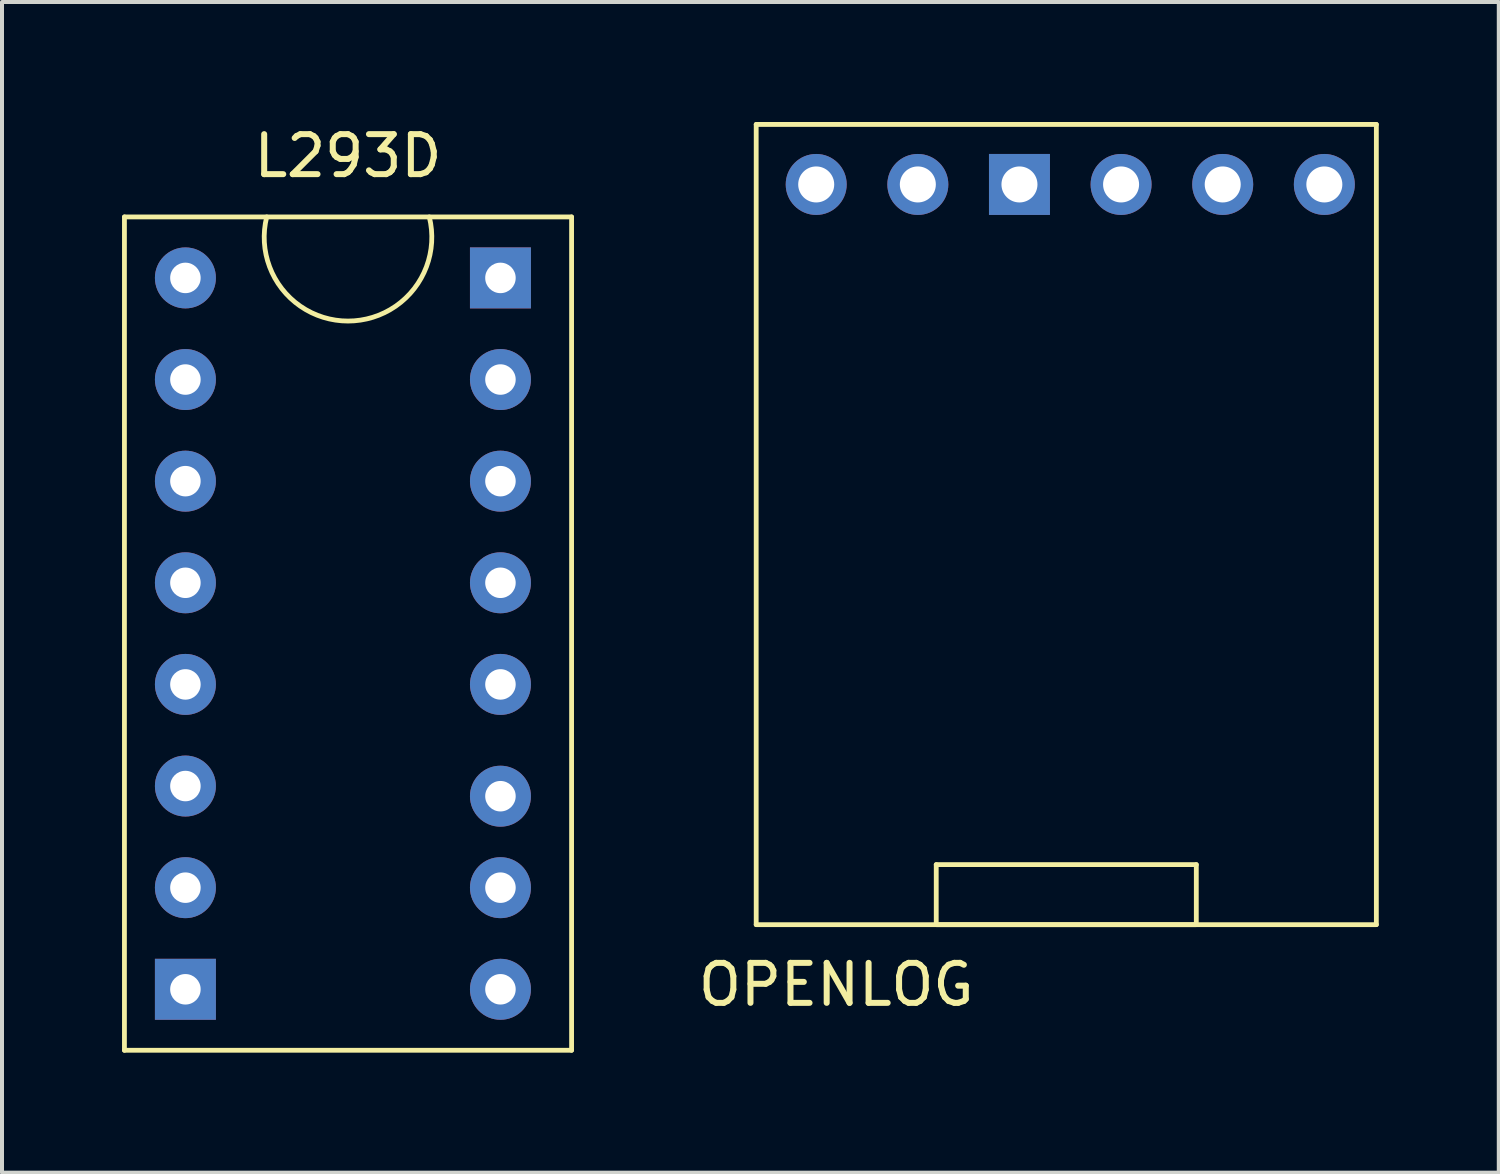
<source format=kicad_pcb>
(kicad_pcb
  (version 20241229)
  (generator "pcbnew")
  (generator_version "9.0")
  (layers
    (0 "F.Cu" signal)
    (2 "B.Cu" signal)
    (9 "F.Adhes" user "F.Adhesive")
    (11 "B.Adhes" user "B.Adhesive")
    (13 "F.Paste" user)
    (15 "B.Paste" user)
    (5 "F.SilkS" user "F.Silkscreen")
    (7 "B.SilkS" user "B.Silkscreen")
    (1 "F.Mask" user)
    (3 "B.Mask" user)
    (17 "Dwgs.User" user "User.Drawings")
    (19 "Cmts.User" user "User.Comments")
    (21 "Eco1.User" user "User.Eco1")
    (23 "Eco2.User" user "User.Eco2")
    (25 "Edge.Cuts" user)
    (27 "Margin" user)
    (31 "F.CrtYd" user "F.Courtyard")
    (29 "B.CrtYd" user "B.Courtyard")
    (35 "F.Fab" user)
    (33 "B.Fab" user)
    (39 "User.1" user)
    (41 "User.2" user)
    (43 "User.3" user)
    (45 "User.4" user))
  (footprint "OPENLOG"
    (layer "F.Cu")
    (at 17.35 1.56)
    (property "Reference" "OPENLOG" (at 0.5 20 0) (layer "F.SilkS") (effects (font (size 1 1) (thickness 0.15))))
    (attr through_hole)
    (fp_line (start -1.5 -1.5) (end 14 -1.5) (stroke (width 0.12) (type solid)) (layer "F.SilkS"))
    (fp_line (start -1.5 18.5) (end -1.5 -1.5) (stroke (width 0.12) (type solid)) (layer "F.SilkS"))
    (fp_line (start 3 17) (end 9.5 17) (stroke (width 0.12) (type solid)) (layer "F.SilkS"))
    (fp_line (start 3 18.5) (end 3 17) (stroke (width 0.12) (type solid)) (layer "F.SilkS"))
    (fp_line (start 9.5 17) (end 9.5 18.5) (stroke (width 0.12) (type solid)) (layer "F.SilkS"))
    (fp_line (start 9.5 18.5) (end 3 18.5) (stroke (width 0.12) (type solid)) (layer "F.SilkS"))
    (fp_line (start 14 -1.5) (end 14 18.5) (stroke (width 0.12) (type solid)) (layer "F.SilkS"))
    (fp_line (start 14 18.5) (end -1.5 18.5) (stroke (width 0.12) (type solid)) (layer "F.SilkS"))
    (pad "1" thru_hole circle (at 0 0) (size 1.524 1.524) (drill 0.9) (layers "*.Cu" "*.Mask"))
    (pad "2" thru_hole circle (at 2.54 0) (size 1.524 1.524) (drill 0.9) (layers "*.Cu" "*.Mask"))
    (pad "3" thru_hole rect (at 5.08 0) (size 1.524 1.524) (drill 0.9) (layers "*.Cu" "*.Mask"))
    (pad "4" thru_hole circle (at 7.62 0) (size 1.524 1.524) (drill 0.9) (layers "*.Cu" "*.Mask"))
    (pad "5" thru_hole circle (at 10.16 0) (size 1.524 1.524) (drill 0.9) (layers "*.Cu" "*.Mask"))
    (pad "6" thru_hole circle (at 12.7 0) (size 1.524 1.524) (drill 0.9) (layers "*.Cu" "*.Mask")))
  (footprint "L293D"
    (layer "F.Cu")
    (at 5.648 15.58)
    (property "Reference" "L293D" (at 0 -14.732 0) (layer "F.SilkS") (effects (font (size 1 1) (thickness 0.15))))
    (attr through_hole)
    (fp_line (start -5.588 -13.208) (end 5.588 -13.208) (stroke (width 0.12) (type solid)) (layer "F.SilkS"))
    (fp_line (start -5.588 7.62) (end -5.588 -13.208) (stroke (width 0.12) (type solid)) (layer "F.SilkS"))
    (fp_line (start 5.588 -13.208) (end 5.588 7.62) (stroke (width 0.12) (type solid)) (layer "F.SilkS"))
    (fp_line (start 5.588 7.62) (end -5.588 7.62) (stroke (width 0.12) (type solid)) (layer "F.SilkS"))
    (fp_arc (start 2.031999 -13.208) (mid 0 -10.605463) (end -2.031999 -13.207999) (stroke (width 0.12) (type solid)) (layer "F.SilkS"))
    (pad "1" thru_hole circle (at -4.064 -11.684) (size 1.524 1.524) (drill 0.762) (layers "*.Cu" "*.Mask"))
    (pad "2" thru_hole circle (at -4.064 -9.144) (size 1.524 1.524) (drill 0.762) (layers "*.Cu" "*.Mask"))
    (pad "3" thru_hole circle (at -4.064 -6.604) (size 1.524 1.524) (drill 0.762) (layers "*.Cu" "*.Mask"))
    (pad "4" thru_hole circle (at -4.064 -4.064) (size 1.524 1.524) (drill 0.762) (layers "*.Cu" "*.Mask"))
    (pad "5" thru_hole circle (at -4.064 -1.524) (size 1.524 1.524) (drill 0.762) (layers "*.Cu" "*.Mask"))
    (pad "6" thru_hole circle (at -4.064 1.016) (size 1.524 1.524) (drill 0.762) (layers "*.Cu" "*.Mask"))
    (pad "7" thru_hole circle (at -4.064 3.556) (size 1.524 1.524) (drill 0.762) (layers "*.Cu" "*.Mask"))
    (pad "8" thru_hole rect (at -4.064 6.096) (size 1.524 1.524) (drill 0.762) (layers "*.Cu" "*.Mask"))
    (pad "9" thru_hole circle (at 3.81 6.096) (size 1.524 1.524) (drill 0.762) (layers "*.Cu" "*.Mask"))
    (pad "10" thru_hole circle (at 3.81 3.556) (size 1.524 1.524) (drill 0.762) (layers "*.Cu" "*.Mask"))
    (pad "11" thru_hole circle (at 3.81 1.27) (size 1.524 1.524) (drill 0.762) (layers "*.Cu" "*.Mask"))
    (pad "12" thru_hole circle (at 3.81 -1.524) (size 1.524 1.524) (drill 0.762) (layers "*.Cu" "*.Mask"))
    (pad "13" thru_hole circle (at 3.81 -4.064) (size 1.524 1.524) (drill 0.762) (layers "*.Cu" "*.Mask"))
    (pad "14" thru_hole circle (at 3.81 -6.604) (size 1.524 1.524) (drill 0.762) (layers "*.Cu" "*.Mask"))
    (pad "15" thru_hole circle (at 3.81 -9.144) (size 1.524 1.524) (drill 0.762) (layers "*.Cu" "*.Mask"))
    (pad "16" thru_hole rect (at 3.81 -11.684) (size 1.524 1.524) (drill 0.762) (layers "*.Cu" "*.Mask")))
  (gr_rect
    (start -3 -3)
    (end 34.41 26.26)
    (stroke (width 0.1) (type default))
    (fill no)
    (layer "Edge.Cuts")))
</source>
